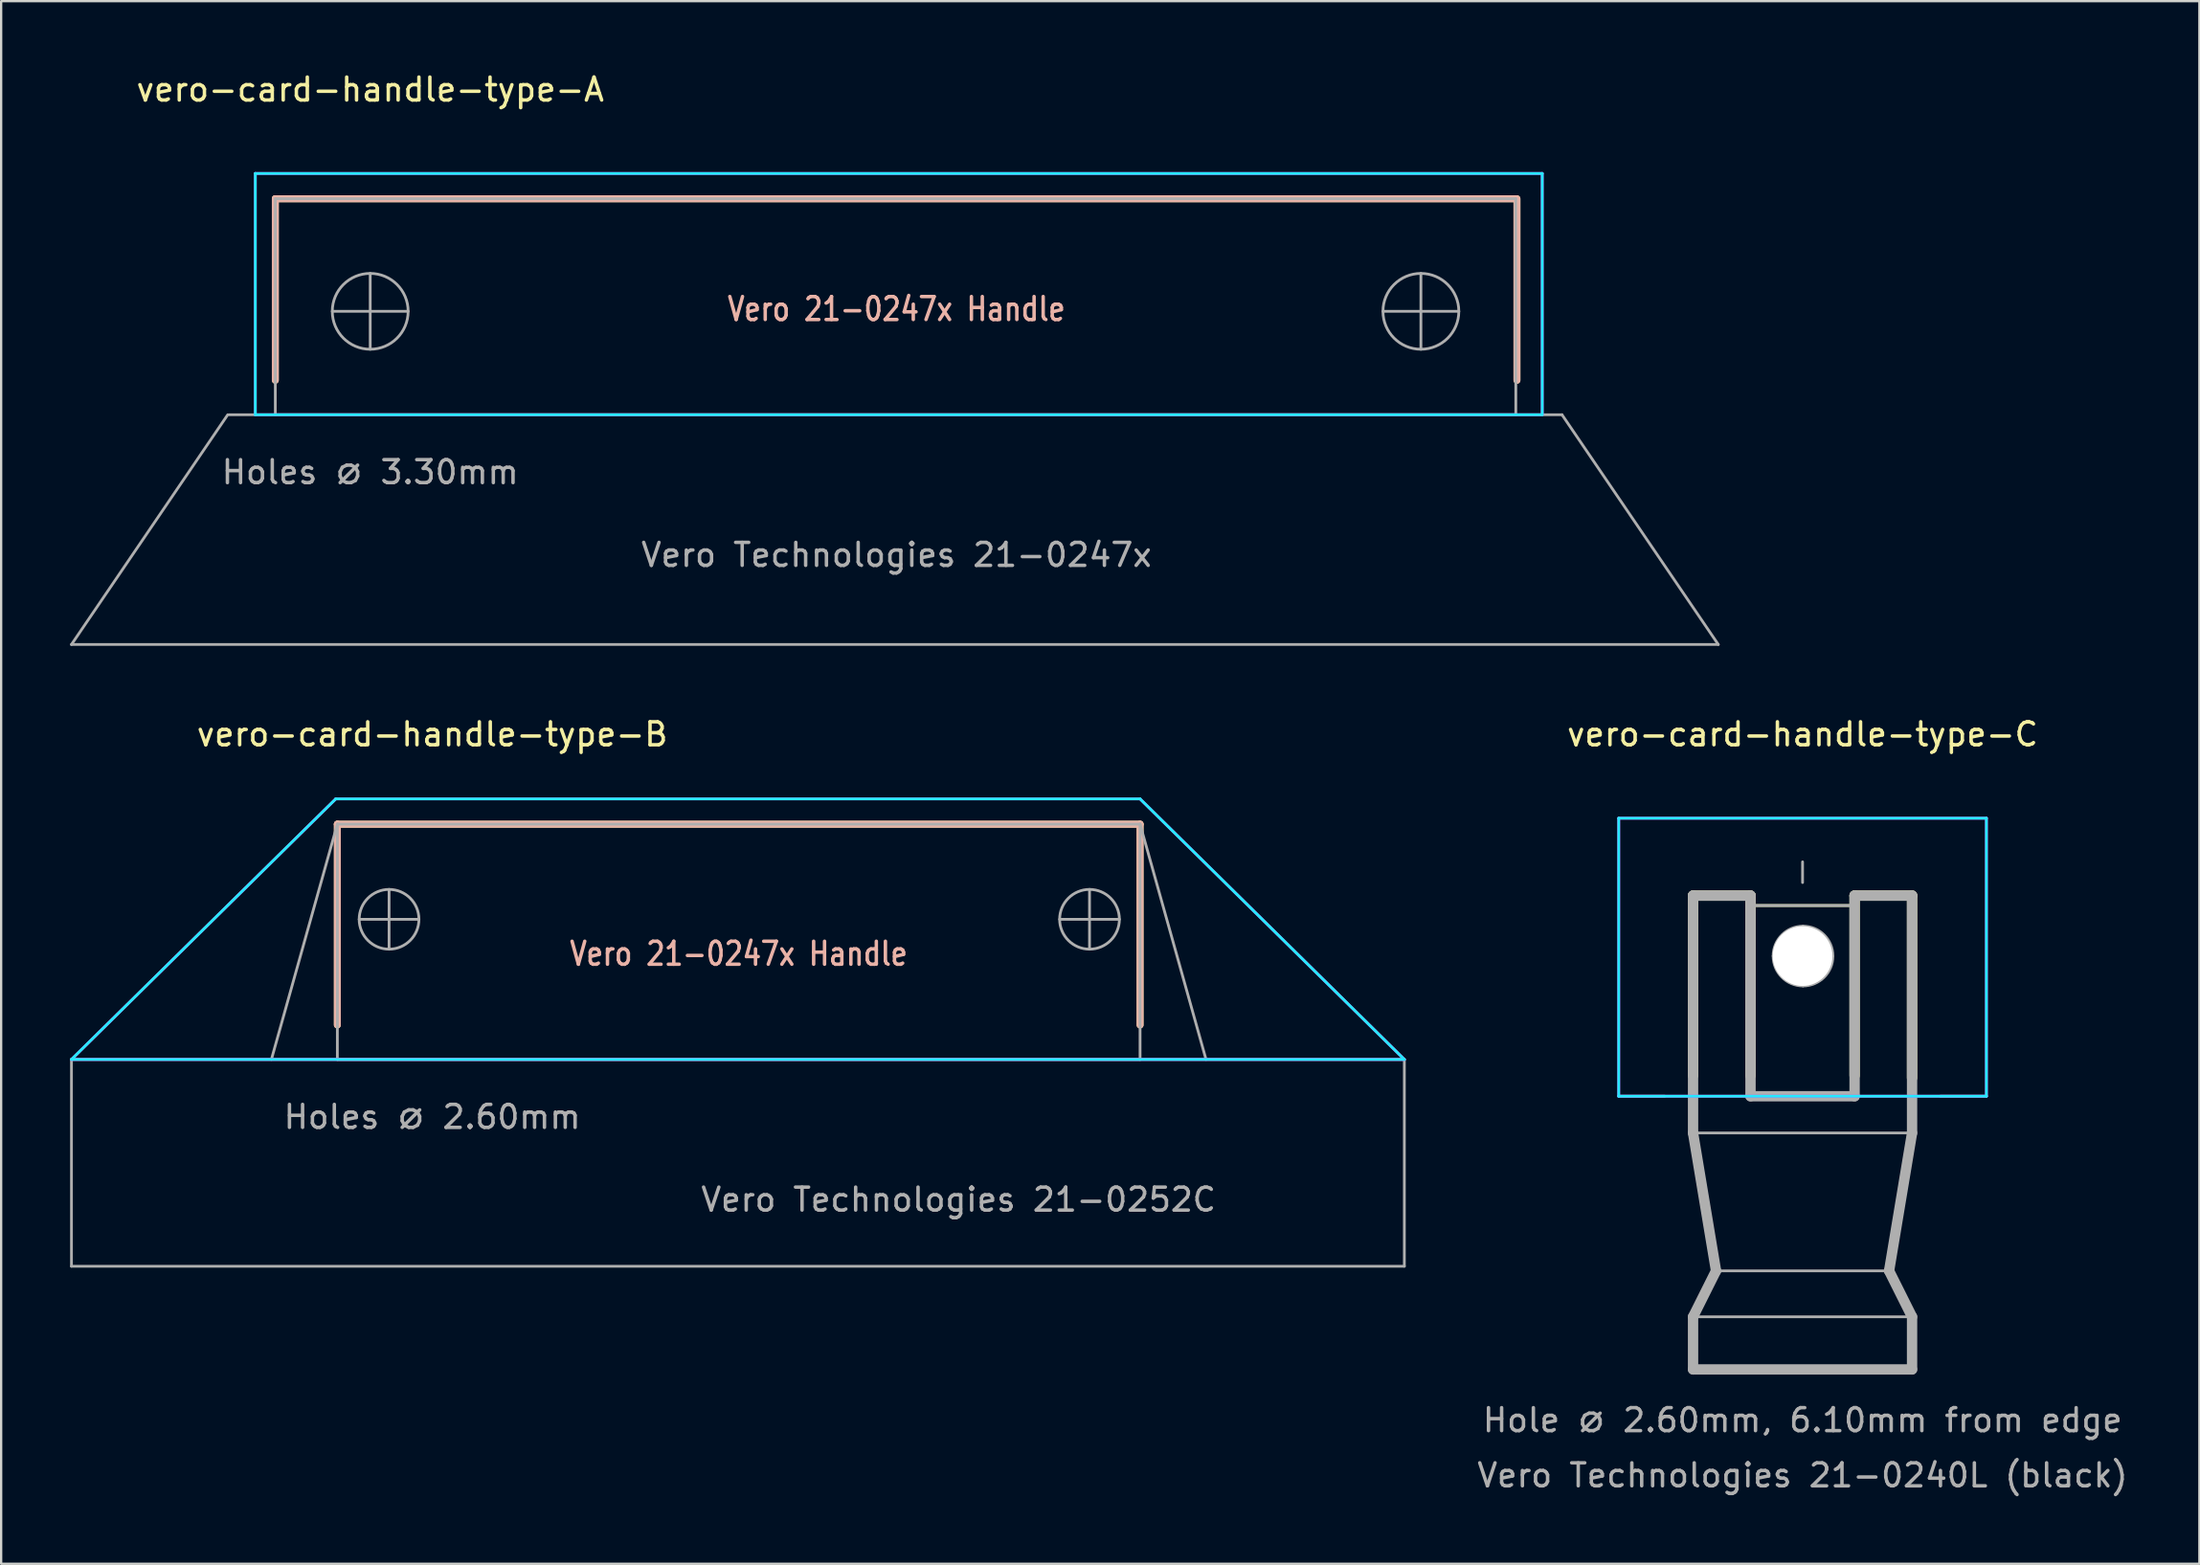
<source format=kicad_pcb>
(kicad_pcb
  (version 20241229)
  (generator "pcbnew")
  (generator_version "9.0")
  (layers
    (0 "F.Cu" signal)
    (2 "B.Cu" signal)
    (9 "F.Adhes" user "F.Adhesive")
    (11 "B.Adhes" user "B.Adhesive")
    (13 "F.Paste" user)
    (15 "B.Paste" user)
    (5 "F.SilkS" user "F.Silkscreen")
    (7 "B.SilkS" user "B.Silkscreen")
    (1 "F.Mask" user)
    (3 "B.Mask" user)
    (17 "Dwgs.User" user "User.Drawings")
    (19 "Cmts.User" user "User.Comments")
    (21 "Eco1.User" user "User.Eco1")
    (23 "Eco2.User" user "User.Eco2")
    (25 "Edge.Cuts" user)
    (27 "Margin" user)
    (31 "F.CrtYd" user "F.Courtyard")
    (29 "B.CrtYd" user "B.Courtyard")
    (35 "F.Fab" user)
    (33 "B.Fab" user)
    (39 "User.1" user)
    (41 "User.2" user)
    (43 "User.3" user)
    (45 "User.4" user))
  (footprint "vero-card-handle-type-C"
    (layer "F.Cu")
    (at 75.388 38.56)
    (property "Reference" "vero-card-handle-type-C" (at 0 -9.652 0) (layer "F.SilkS") (effects (font (size 1 1) (thickness 0.15))))
    (attr through_hole)
    (fp_line (start -4.765 -2.63) (end -4.765 5.2) (stroke (width 0.45) (type solid)) (layer "F.SilkS"))
    (fp_line (start -4.765 -2.63) (end -2.265 -2.63) (stroke (width 0.45) (type solid)) (layer "F.SilkS"))
    (fp_line (start -2.3 -2.2) (end 2.2 -2.2) (stroke (width 0.12) (type solid)) (layer "F.SilkS"))
    (fp_line (start -2.265 -2.63) (end -2.265 5.2) (stroke (width 0.45) (type solid)) (layer "F.SilkS"))
    (fp_line (start 2.265 -2.63) (end 2.265 5.2) (stroke (width 0.45) (type solid)) (layer "F.SilkS"))
    (fp_line (start 2.265 -2.63) (end 4.765 -2.63) (stroke (width 0.45) (type solid)) (layer "F.SilkS"))
    (fp_line (start 4.765 -2.63) (end 4.765 5.3) (stroke (width 0.45) (type solid)) (layer "F.SilkS"))
    (fp_line (start -8 -6) (end -8 6.1) (stroke (width 0.12) (type solid)) (layer "B.CrtYd"))
    (fp_line (start -8 6.1) (end 8 6.1) (stroke (width 0.12) (type solid)) (layer "B.CrtYd"))
    (fp_line (start 8 -6) (end -8 -6) (stroke (width 0.12) (type solid)) (layer "B.CrtYd"))
    (fp_line (start 8 6.1) (end 8 -6) (stroke (width 0.12) (type solid)) (layer "B.CrtYd"))
    (fp_line (start -8 -6) (end -8 6.1) (stroke (width 0.12) (type solid)) (layer "F.CrtYd"))
    (fp_line (start -8 6.1) (end 8 6.1) (stroke (width 0.12) (type solid)) (layer "F.CrtYd"))
    (fp_line (start 8 -6) (end -8 -6) (stroke (width 0.12) (type solid)) (layer "F.CrtYd"))
    (fp_line (start 8 6.1) (end 8 -6) (stroke (width 0.12) (type solid)) (layer "F.CrtYd"))
    (fp_line (start -8 6.1) (end -6 6.1) (stroke (width 0.12) (type solid)) (layer "F.Fab"))
    (fp_line (start -4.765 -2.63) (end -4.765 7.7) (stroke (width 0.45) (type solid)) (layer "F.Fab"))
    (fp_line (start -4.765 -2.63) (end -2.265 -2.63) (stroke (width 0.45) (type solid)) (layer "F.Fab"))
    (fp_line (start -4.765 7.7) (end 4.765 7.7) (stroke (width 0.12) (type solid)) (layer "F.Fab"))
    (fp_line (start -4.765 15.7) (end -4.765 17.99) (stroke (width 0.45) (type solid)) (layer "F.Fab"))
    (fp_line (start -4.765 15.7) (end -3.765 13.7) (stroke (width 0.45) (type solid)) (layer "F.Fab"))
    (fp_line (start -4.765 15.7) (end 4.765 15.7) (stroke (width 0.12) (type solid)) (layer "F.Fab"))
    (fp_line (start -3.765 13.7) (end -4.765 7.7) (stroke (width 0.45) (type solid)) (layer "F.Fab"))
    (fp_line (start -3.765 13.7) (end 3.765 13.7) (stroke (width 0.12) (type solid)) (layer "F.Fab"))
    (fp_line (start -2.3 -2.2) (end 2.2 -2.2) (stroke (width 0.12) (type solid)) (layer "F.Fab"))
    (fp_line (start -2.265 -2.63) (end -2.265 6.1) (stroke (width 0.45) (type solid)) (layer "F.Fab"))
    (fp_line (start -2.265 6.1) (end 2.265 6.1) (stroke (width 0.45) (type solid)) (layer "F.Fab"))
    (fp_line (start -1.28 0) (end 1.32 0) (stroke (width 0.12) (type solid)) (layer "F.Fab"))
    (fp_line (start 0 -3.2) (end 0 -4.1) (stroke (width 0.12) (type solid)) (layer "F.Fab"))
    (fp_line (start 0.02 -1.3) (end 0.02 1.3) (stroke (width 0.12) (type solid)) (layer "F.Fab"))
    (fp_line (start 2.265 -2.63) (end 2.265 6.1) (stroke (width 0.45) (type solid)) (layer "F.Fab"))
    (fp_line (start 2.265 -2.63) (end 4.765 -2.63) (stroke (width 0.45) (type solid)) (layer "F.Fab"))
    (fp_line (start 3.765 13.7) (end 4.765 7.7) (stroke (width 0.45) (type solid)) (layer "F.Fab"))
    (fp_line (start 4.765 -2.63) (end 4.765 7.7) (stroke (width 0.45) (type solid)) (layer "F.Fab"))
    (fp_line (start 4.765 15.7) (end 3.765 13.7) (stroke (width 0.45) (type solid)) (layer "F.Fab"))
    (fp_line (start 4.765 17.99) (end -4.765 17.99) (stroke (width 0.45) (type solid)) (layer "F.Fab"))
    (fp_line (start 4.765 17.99) (end 4.765 15.7) (stroke (width 0.45) (type solid)) (layer "F.Fab"))
    (fp_line (start 6 6.1) (end 8 6.1) (stroke (width 0.12) (type solid)) (layer "F.Fab"))
    (fp_circle (center 0.02 0) (end 1.32 0) (stroke (width 0.12) (type solid)) (fill no) (layer "F.Fab"))
    (fp_text user "Vero Technologies 21-0240L (black)" (at 0 22.6 0) (layer "F.Fab") (effects (font (size 1 1) (thickness 0.15))))
    (fp_text user "Hole ⌀ 2.60mm, 6.10mm from edge" (at 0 20.2 0) (layer "F.Fab") (effects (font (size 1 1) (thickness 0.15))))
    (pad "" np_thru_hole circle (at 0 0) (size 2.6 2.6) (drill 2.6) (layers "*.Cu" "*.Mask")))
  (footprint "vero-card-handle-type-A"
    (layer "F.Cu")
    (at 13.06 10.5)
    (property "Reference" "vero-card-handle-type-A" (at 0 -9.652 0) (layer "F.SilkS") (effects (font (size 1 1) (thickness 0.15))))
    (attr through_hole)
    (fp_line (start -4.13 -4.9) (end 49.85 -4.9) (stroke (width 0.3) (type solid)) (layer "F.SilkS"))
    (fp_line (start -4.13 3) (end -4.13 -4.9) (stroke (width 0.3) (type solid)) (layer "F.SilkS"))
    (fp_line (start 49.9 3) (end 49.9 -4.9) (stroke (width 0.3) (type solid)) (layer "F.SilkS"))
    (fp_line (start -4.13 -4.9) (end 49.85 -4.9) (stroke (width 0.3) (type solid)) (layer "B.SilkS"))
    (fp_line (start -4.13 3) (end -4.13 -4.9) (stroke (width 0.3) (type solid)) (layer "B.SilkS"))
    (fp_line (start 49.9 3) (end 49.9 -4.9) (stroke (width 0.3) (type solid)) (layer "B.SilkS"))
    (fp_line (start -5 -6) (end -5 4.5) (stroke (width 0.12) (type solid)) (layer "B.CrtYd"))
    (fp_line (start -5 4.5) (end 51 4.5) (stroke (width 0.12) (type solid)) (layer "B.CrtYd"))
    (fp_line (start 51 -6) (end -5 -6) (stroke (width 0.12) (type solid)) (layer "B.CrtYd"))
    (fp_line (start 51 4.5) (end 51 -6) (stroke (width 0.12) (type solid)) (layer "B.CrtYd"))
    (fp_line (start -5 -6) (end -5 4.5) (stroke (width 0.12) (type solid)) (layer "F.CrtYd"))
    (fp_line (start -5 4.5) (end 51 4.5) (stroke (width 0.12) (type solid)) (layer "F.CrtYd"))
    (fp_line (start 51 -6) (end -5 -6) (stroke (width 0.12) (type solid)) (layer "F.CrtYd"))
    (fp_line (start 51 4.5) (end 51 -6) (stroke (width 0.12) (type solid)) (layer "F.CrtYd"))
    (fp_line (start -6.2 4.5) (end -13 14.5) (stroke (width 0.12) (type solid)) (layer "F.Fab"))
    (fp_line (start -6.14 4.5) (end 51.86 4.5) (stroke (width 0.12) (type solid)) (layer "F.Fab"))
    (fp_line (start -4.13 -4.9) (end 49.85 -4.9) (stroke (width 0.12) (type solid)) (layer "F.Fab"))
    (fp_line (start -4.13 4.5) (end -4.13 -4.9) (stroke (width 0.12) (type solid)) (layer "F.Fab"))
    (fp_line (start -4.13 4.5) (end 49.85 4.5) (stroke (width 0.12) (type solid)) (layer "F.Fab"))
    (fp_line (start -1.65 0) (end 1.65 0) (stroke (width 0.12) (type solid)) (layer "F.Fab"))
    (fp_line (start 0 -1.65) (end 0 1.65) (stroke (width 0.12) (type solid)) (layer "F.Fab"))
    (fp_line (start 44.07 0) (end 47.37 0) (stroke (width 0.12) (type solid)) (layer "F.Fab"))
    (fp_line (start 45.72 -1.65) (end 45.72 1.65) (stroke (width 0.12) (type solid)) (layer "F.Fab"))
    (fp_line (start 49.85 -4.9) (end 49.85 4.5) (stroke (width 0.12) (type solid)) (layer "F.Fab"))
    (fp_line (start 58.66 14.5) (end -13 14.5) (stroke (width 0.12) (type solid)) (layer "F.Fab"))
    (fp_line (start 58.66 14.5) (end 51.86 4.5) (stroke (width 0.12) (type solid)) (layer "F.Fab"))
    (fp_circle (center 0 0) (end 1.65 0) (stroke (width 0.12) (type solid)) (fill no) (layer "F.Fab"))
    (fp_circle (center 45.72 0) (end 47.37 0) (stroke (width 0.12) (type solid)) (fill no) (layer "F.Fab"))
    (fp_text user "Vero 21-0247x Handle" (at 22.9 -0.1 0) (layer "B.SilkS") (effects (font (size 1 0.83) (thickness 0.15))))
    (fp_text user "Holes ⌀ 3.30mm" (at 0 7 0) (layer "F.Fab") (effects (font (size 1 1) (thickness 0.15))))
    (fp_text user "Vero Technologies 21-0247x" (at 22.9 10.6 0) (layer "F.Fab") (effects (font (size 1 1) (thickness 0.15)))))
  (footprint "vero-card-handle-type-B"
    (layer "F.Cu")
    (at 15.76 38.56)
    (property "Reference" "vero-card-handle-type-B" (at 0 -9.652 0) (layer "F.SilkS") (effects (font (size 1 1) (thickness 0.15))))
    (attr through_hole)
    (fp_line (start -4.13 -5.74) (end 30.8 -5.74) (stroke (width 0.3) (type solid)) (layer "F.SilkS"))
    (fp_line (start -4.13 3) (end -4.13 -5.74) (stroke (width 0.3) (type solid)) (layer "F.SilkS"))
    (fp_line (start 30.8 3) (end 30.8 -5.74) (stroke (width 0.3) (type solid)) (layer "F.SilkS"))
    (fp_line (start -4.13 -5.74) (end 30.8 -5.74) (stroke (width 0.3) (type solid)) (layer "B.SilkS"))
    (fp_line (start -4.13 3) (end -4.13 -5.74) (stroke (width 0.3) (type solid)) (layer "B.SilkS"))
    (fp_line (start 30.8 3) (end 30.8 -5.74) (stroke (width 0.3) (type solid)) (layer "B.SilkS"))
    (fp_line (start -15.7 4.5) (end 42.3 4.5) (stroke (width 0.12) (type solid)) (layer "B.CrtYd"))
    (fp_line (start -4.2 -6.84) (end -15.7 4.5) (stroke (width 0.12) (type solid)) (layer "B.CrtYd"))
    (fp_line (start 30.8 -6.84) (end -4.2 -6.84) (stroke (width 0.12) (type solid)) (layer "B.CrtYd"))
    (fp_line (start 42.3 4.5) (end 30.8 -6.84) (stroke (width 0.12) (type solid)) (layer "B.CrtYd"))
    (fp_line (start -15.7 4.5) (end 42.3 4.5) (stroke (width 0.12) (type solid)) (layer "F.CrtYd"))
    (fp_line (start -4.2 -6.84) (end -15.7 4.5) (stroke (width 0.12) (type solid)) (layer "F.CrtYd"))
    (fp_line (start 30.8 -6.84) (end -4.2 -6.84) (stroke (width 0.12) (type solid)) (layer "F.CrtYd"))
    (fp_line (start 42.3 4.5) (end 30.8 -6.84) (stroke (width 0.12) (type solid)) (layer "F.CrtYd"))
    (fp_line (start -15.7 4.5) (end -15.7 13.5) (stroke (width 0.12) (type solid)) (layer "F.Fab"))
    (fp_line (start -15.7 4.5) (end 42.3 4.5) (stroke (width 0.12) (type solid)) (layer "F.Fab"))
    (fp_line (start -15.7 13.5) (end 42.3 13.5) (stroke (width 0.12) (type solid)) (layer "F.Fab"))
    (fp_line (start -4.13 -5.74) (end -7 4.5) (stroke (width 0.12) (type solid)) (layer "F.Fab"))
    (fp_line (start -4.13 -5.74) (end 30.8 -5.74) (stroke (width 0.12) (type solid)) (layer "F.Fab"))
    (fp_line (start -4.13 4.5) (end -4.13 -5.74) (stroke (width 0.12) (type solid)) (layer "F.Fab"))
    (fp_line (start -4.13 4.5) (end 30.8 4.5) (stroke (width 0.12) (type solid)) (layer "F.Fab"))
    (fp_line (start -3.18 -1.6) (end -0.58 -1.6) (stroke (width 0.12) (type solid)) (layer "F.Fab"))
    (fp_line (start -1.88 -2.9) (end -1.88 -0.3) (stroke (width 0.12) (type solid)) (layer "F.Fab"))
    (fp_line (start 27.3 -1.6) (end 29.9 -1.6) (stroke (width 0.12) (type solid)) (layer "F.Fab"))
    (fp_line (start 28.6 -2.9) (end 28.6 -0.3) (stroke (width 0.12) (type solid)) (layer "F.Fab"))
    (fp_line (start 30.8 -5.74) (end 33.67 4.5) (stroke (width 0.12) (type solid)) (layer "F.Fab"))
    (fp_line (start 30.8 4.5) (end 30.8 -5.74) (stroke (width 0.12) (type solid)) (layer "F.Fab"))
    (fp_line (start 42.3 4.5) (end 42.3 13.5) (stroke (width 0.12) (type solid)) (layer "F.Fab"))
    (fp_circle (center -1.88 -1.6) (end -0.58 -1.6) (stroke (width 0.12) (type solid)) (fill no) (layer "F.Fab"))
    (fp_circle (center 28.6 -1.6) (end 29.9 -1.6) (stroke (width 0.12) (type solid)) (fill no) (layer "F.Fab"))
    (fp_text user "Vero 21-0247x Handle" (at 13.335 -0.1 0) (layer "B.SilkS") (effects (font (size 1 0.83) (thickness 0.15))))
    (fp_text user "Holes ⌀ 2.60mm" (at 0 7 0) (layer "F.Fab") (effects (font (size 1 1) (thickness 0.15))))
    (fp_text user "Vero Technologies 21-0252C" (at 22.9 10.6 0) (layer "F.Fab") (effects (font (size 1 1) (thickness 0.15)))))
  (gr_rect
    (start -3 -3)
    (end 92.656 65.009)
    (stroke (width 0.1) (type default))
    (fill no)
    (layer "Edge.Cuts")))
</source>
